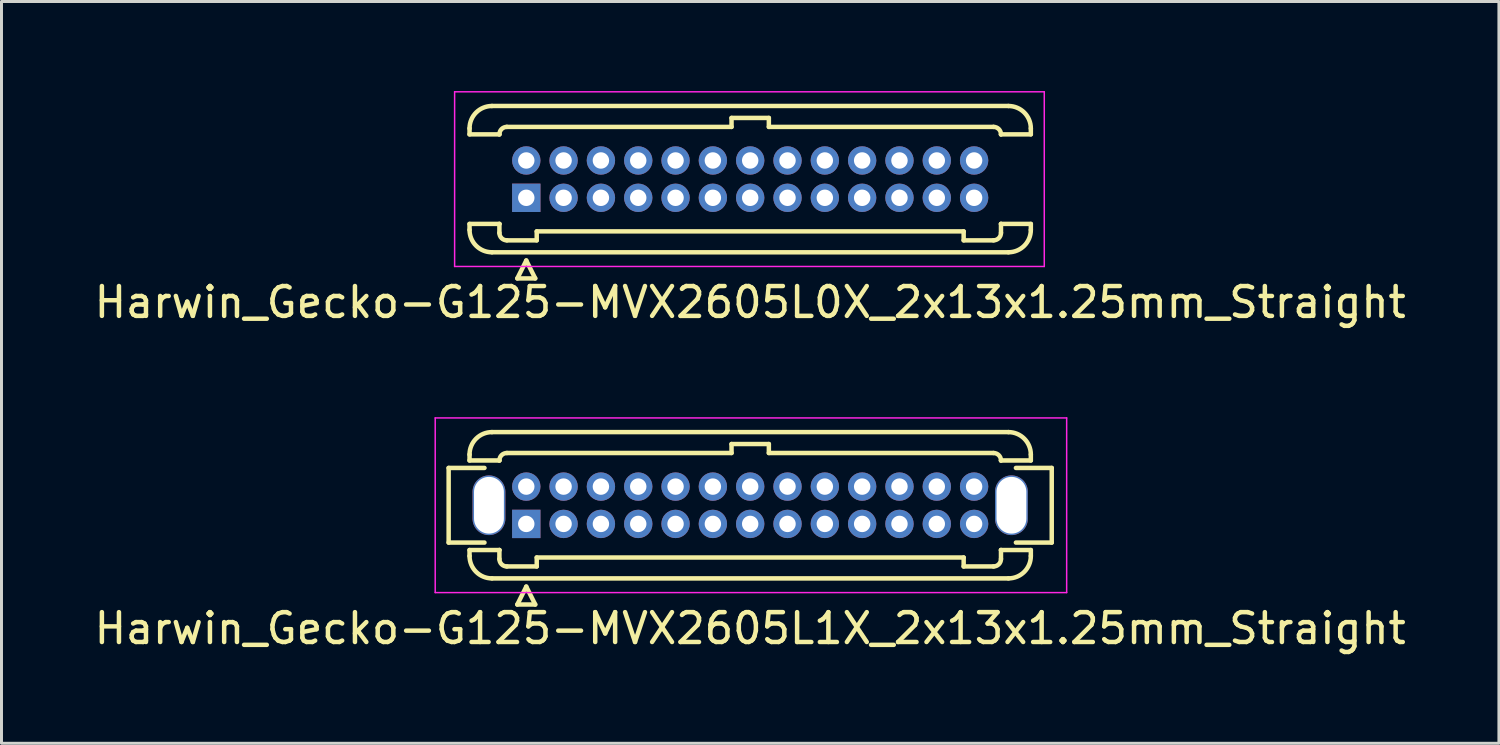
<source format=kicad_pcb>
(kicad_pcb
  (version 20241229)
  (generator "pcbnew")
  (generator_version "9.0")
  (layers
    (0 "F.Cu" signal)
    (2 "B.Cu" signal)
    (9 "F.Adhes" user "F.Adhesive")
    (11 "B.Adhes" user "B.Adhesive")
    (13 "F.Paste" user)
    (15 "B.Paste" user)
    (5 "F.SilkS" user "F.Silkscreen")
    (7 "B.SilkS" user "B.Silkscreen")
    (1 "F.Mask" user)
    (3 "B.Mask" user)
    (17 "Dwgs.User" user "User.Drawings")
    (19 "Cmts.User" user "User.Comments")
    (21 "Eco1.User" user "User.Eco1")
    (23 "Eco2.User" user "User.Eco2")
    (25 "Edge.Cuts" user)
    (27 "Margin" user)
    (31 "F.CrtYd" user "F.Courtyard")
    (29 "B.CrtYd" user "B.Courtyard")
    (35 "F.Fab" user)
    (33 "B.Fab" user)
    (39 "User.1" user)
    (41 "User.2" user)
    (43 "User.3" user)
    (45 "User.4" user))
  (footprint "Harwin_Gecko-G125-MVX2605L0X_2x13x1.25mm_Straight"
    (layer "F.Cu")
    (at 14.577 3.575)
    (property "Reference" "Harwin_Gecko-G125-MVX2605L0X_2x13x1.25mm_Straight" (at 7.5 3.5 0) (layer "F.SilkS") (effects (font (size 1 1) (thickness 0.15))))
    (attr through_hole)
    (fp_line (start -1.9 -2.325) (end -1.9 -2.125) (stroke (width 0.15) (type solid)) (layer "F.SilkS"))
    (fp_line (start -1.9 -2.125) (end -0.9 -2.125) (stroke (width 0.15) (type solid)) (layer "F.SilkS"))
    (fp_line (start -1.9 0.875) (end -0.9 0.875) (stroke (width 0.15) (type solid)) (layer "F.SilkS"))
    (fp_line (start -1.9 1.075) (end -1.9 0.875) (stroke (width 0.15) (type solid)) (layer "F.SilkS"))
    (fp_line (start -1.15 -3.075) (end 16.15 -3.075) (stroke (width 0.15) (type solid)) (layer "F.SilkS"))
    (fp_line (start -1.15 1.825) (end 16.15 1.825) (stroke (width 0.15) (type solid)) (layer "F.SilkS"))
    (fp_line (start -0.9 -2.125) (end -0.9 -2.125) (stroke (width 0.15) (type solid)) (layer "F.SilkS"))
    (fp_line (start -0.9 0.875) (end -0.9 0.875) (stroke (width 0.15) (type solid)) (layer "F.SilkS"))
    (fp_line (start -0.9 1.175) (end -0.9 0.875) (stroke (width 0.15) (type solid)) (layer "F.SilkS"))
    (fp_line (start -0.65 -2.375) (end 6.875 -2.375) (stroke (width 0.15) (type solid)) (layer "F.SilkS"))
    (fp_line (start -0.65 1.425) (end 0.35 1.425) (stroke (width 0.15) (type solid)) (layer "F.SilkS"))
    (fp_line (start -0.3 2.7) (end 0.3 2.7) (stroke (width 0.15) (type solid)) (layer "F.SilkS"))
    (fp_line (start 0 2.1) (end -0.3 2.7) (stroke (width 0.15) (type solid)) (layer "F.SilkS"))
    (fp_line (start 0.3 2.7) (end 0 2.1) (stroke (width 0.15) (type solid)) (layer "F.SilkS"))
    (fp_line (start 0.35 1.125) (end 14.65 1.125) (stroke (width 0.15) (type solid)) (layer "F.SilkS"))
    (fp_line (start 0.35 1.425) (end 0.35 1.125) (stroke (width 0.15) (type solid)) (layer "F.SilkS"))
    (fp_line (start 6.875 -2.675) (end 8.125 -2.675) (stroke (width 0.15) (type solid)) (layer "F.SilkS"))
    (fp_line (start 6.875 -2.375) (end 6.875 -2.675) (stroke (width 0.15) (type solid)) (layer "F.SilkS"))
    (fp_line (start 8.125 -2.675) (end 8.125 -2.375) (stroke (width 0.15) (type solid)) (layer "F.SilkS"))
    (fp_line (start 8.125 -2.375) (end 15.65 -2.375) (stroke (width 0.15) (type solid)) (layer "F.SilkS"))
    (fp_line (start 14.65 1.125) (end 14.65 1.425) (stroke (width 0.15) (type solid)) (layer "F.SilkS"))
    (fp_line (start 14.65 1.425) (end 15.65 1.425) (stroke (width 0.15) (type solid)) (layer "F.SilkS"))
    (fp_line (start 15.9 -2.125) (end 15.9 -2.125) (stroke (width 0.15) (type solid)) (layer "F.SilkS"))
    (fp_line (start 15.9 0.875) (end 15.9 0.875) (stroke (width 0.15) (type solid)) (layer "F.SilkS"))
    (fp_line (start 15.9 1.175) (end 15.9 0.875) (stroke (width 0.15) (type solid)) (layer "F.SilkS"))
    (fp_line (start 16.9 -2.325) (end 16.9 -2.125) (stroke (width 0.15) (type solid)) (layer "F.SilkS"))
    (fp_line (start 16.9 -2.125) (end 15.9 -2.125) (stroke (width 0.15) (type solid)) (layer "F.SilkS"))
    (fp_line (start 16.9 0.875) (end 15.9 0.875) (stroke (width 0.15) (type solid)) (layer "F.SilkS"))
    (fp_line (start 16.9 1.075) (end 16.9 0.875) (stroke (width 0.15) (type solid)) (layer "F.SilkS"))
    (fp_arc (start -1.9 -2.325) (mid -1.68033 -2.85533) (end -1.15 -3.075) (stroke (width 0.15) (type solid)) (layer "F.SilkS"))
    (fp_arc (start -1.15 1.825) (mid -1.68033 1.60533) (end -1.9 1.075) (stroke (width 0.15) (type solid)) (layer "F.SilkS"))
    (fp_arc (start -0.9 -2.125) (mid -0.826777 -2.301777) (end -0.65 -2.375) (stroke (width 0.15) (type solid)) (layer "F.SilkS"))
    (fp_arc (start -0.65 1.425) (mid -0.826777 1.351777) (end -0.9 1.175) (stroke (width 0.15) (type solid)) (layer "F.SilkS"))
    (fp_arc (start 15.65 -2.375) (mid 15.826777 -2.301777) (end 15.9 -2.125) (stroke (width 0.15) (type solid)) (layer "F.SilkS"))
    (fp_arc (start 15.9 1.175) (mid 15.826777 1.351777) (end 15.65 1.425) (stroke (width 0.15) (type solid)) (layer "F.SilkS"))
    (fp_arc (start 16.15 -3.075) (mid 16.68033 -2.85533) (end 16.9 -2.325) (stroke (width 0.15) (type solid)) (layer "F.SilkS"))
    (fp_arc (start 16.9 1.075) (mid 16.68033 1.60533) (end 16.15 1.825) (stroke (width 0.15) (type solid)) (layer "F.SilkS"))
    (fp_line (start -2.4 -3.55) (end -2.4 2.3) (stroke (width 0.05) (type solid)) (layer "F.CrtYd"))
    (fp_line (start -2.4 2.3) (end 17.35 2.3) (stroke (width 0.05) (type solid)) (layer "F.CrtYd"))
    (fp_line (start 17.35 -3.55) (end -2.4 -3.55) (stroke (width 0.05) (type solid)) (layer "F.CrtYd"))
    (fp_line (start 17.35 2.3) (end 17.35 -3.55) (stroke (width 0.05) (type solid)) (layer "F.CrtYd"))
    (pad "1" thru_hole rect (at 0 0) (size 0.95 0.95) (drill 0.55) (layers "*.Cu" "*.Mask"))
    (pad "2" thru_hole circle (at 0 -1.25) (size 0.95 0.95) (drill 0.55) (layers "*.Cu" "*.Mask"))
    (pad "3" thru_hole circle (at 1.25 0) (size 0.95 0.95) (drill 0.55) (layers "*.Cu" "*.Mask"))
    (pad "4" thru_hole circle (at 1.25 -1.25) (size 0.95 0.95) (drill 0.55) (layers "*.Cu" "*.Mask"))
    (pad "5" thru_hole circle (at 2.5 0) (size 0.95 0.95) (drill 0.55) (layers "*.Cu" "*.Mask"))
    (pad "6" thru_hole circle (at 2.5 -1.25) (size 0.95 0.95) (drill 0.55) (layers "*.Cu" "*.Mask"))
    (pad "7" thru_hole circle (at 3.75 0) (size 0.95 0.95) (drill 0.55) (layers "*.Cu" "*.Mask"))
    (pad "8" thru_hole circle (at 3.75 -1.25) (size 0.95 0.95) (drill 0.55) (layers "*.Cu" "*.Mask"))
    (pad "9" thru_hole circle (at 5 0) (size 0.95 0.95) (drill 0.55) (layers "*.Cu" "*.Mask"))
    (pad "10" thru_hole circle (at 5 -1.25) (size 0.95 0.95) (drill 0.55) (layers "*.Cu" "*.Mask"))
    (pad "11" thru_hole circle (at 6.25 0) (size 0.95 0.95) (drill 0.55) (layers "*.Cu" "*.Mask"))
    (pad "12" thru_hole circle (at 6.25 -1.25) (size 0.95 0.95) (drill 0.55) (layers "*.Cu" "*.Mask"))
    (pad "13" thru_hole circle (at 7.5 0) (size 0.95 0.95) (drill 0.55) (layers "*.Cu" "*.Mask"))
    (pad "14" thru_hole circle (at 7.5 -1.25) (size 0.95 0.95) (drill 0.55) (layers "*.Cu" "*.Mask"))
    (pad "15" thru_hole circle (at 8.75 0) (size 0.95 0.95) (drill 0.55) (layers "*.Cu" "*.Mask"))
    (pad "16" thru_hole circle (at 8.75 -1.25) (size 0.95 0.95) (drill 0.55) (layers "*.Cu" "*.Mask"))
    (pad "17" thru_hole circle (at 10 0) (size 0.95 0.95) (drill 0.55) (layers "*.Cu" "*.Mask"))
    (pad "18" thru_hole circle (at 10 -1.25) (size 0.95 0.95) (drill 0.55) (layers "*.Cu" "*.Mask"))
    (pad "19" thru_hole circle (at 11.25 0) (size 0.95 0.95) (drill 0.55) (layers "*.Cu" "*.Mask"))
    (pad "20" thru_hole circle (at 11.25 -1.25) (size 0.95 0.95) (drill 0.55) (layers "*.Cu" "*.Mask"))
    (pad "21" thru_hole circle (at 12.5 0) (size 0.95 0.95) (drill 0.55) (layers "*.Cu" "*.Mask"))
    (pad "22" thru_hole circle (at 12.5 -1.25) (size 0.95 0.95) (drill 0.55) (layers "*.Cu" "*.Mask"))
    (pad "23" thru_hole circle (at 13.75 0) (size 0.95 0.95) (drill 0.55) (layers "*.Cu" "*.Mask"))
    (pad "24" thru_hole circle (at 13.75 -1.25) (size 0.95 0.95) (drill 0.55) (layers "*.Cu" "*.Mask"))
    (pad "25" thru_hole circle (at 15 0) (size 0.95 0.95) (drill 0.55) (layers "*.Cu" "*.Mask"))
    (pad "26" thru_hole circle (at 15 -1.25) (size 0.95 0.95) (drill 0.55) (layers "*.Cu" "*.Mask")))
  (footprint "Harwin_Gecko-G125-MVX2605L1X_2x13x1.25mm_Straight"
    (layer "F.Cu")
    (at 14.577 14.498)
    (property "Reference" "Harwin_Gecko-G125-MVX2605L1X_2x13x1.25mm_Straight" (at 7.5 3.5 0) (layer "F.SilkS") (effects (font (size 1 1) (thickness 0.15))))
    (attr through_hole)
    (fp_line (start -2.6 -1.875) (end -2.6 0.625) (stroke (width 0.15) (type solid)) (layer "F.SilkS"))
    (fp_line (start -2.6 0.625) (end -1.4 0.625) (stroke (width 0.15) (type solid)) (layer "F.SilkS"))
    (fp_line (start -1.9 -2.325) (end -1.9 -2.125) (stroke (width 0.15) (type solid)) (layer "F.SilkS"))
    (fp_line (start -1.9 -2.125) (end -0.9 -2.125) (stroke (width 0.15) (type solid)) (layer "F.SilkS"))
    (fp_line (start -1.9 0.875) (end -0.9 0.875) (stroke (width 0.15) (type solid)) (layer "F.SilkS"))
    (fp_line (start -1.9 1.075) (end -1.9 0.875) (stroke (width 0.15) (type solid)) (layer "F.SilkS"))
    (fp_line (start -1.4 -1.875) (end -2.6 -1.875) (stroke (width 0.15) (type solid)) (layer "F.SilkS"))
    (fp_line (start -1.15 -3.075) (end 16.15 -3.075) (stroke (width 0.15) (type solid)) (layer "F.SilkS"))
    (fp_line (start -1.15 1.825) (end 16.15 1.825) (stroke (width 0.15) (type solid)) (layer "F.SilkS"))
    (fp_line (start -0.9 -2.125) (end -0.9 -2.125) (stroke (width 0.15) (type solid)) (layer "F.SilkS"))
    (fp_line (start -0.9 0.875) (end -0.9 0.875) (stroke (width 0.15) (type solid)) (layer "F.SilkS"))
    (fp_line (start -0.9 1.175) (end -0.9 0.875) (stroke (width 0.15) (type solid)) (layer "F.SilkS"))
    (fp_line (start -0.65 -2.375) (end 6.875 -2.375) (stroke (width 0.15) (type solid)) (layer "F.SilkS"))
    (fp_line (start -0.65 1.425) (end 0.35 1.425) (stroke (width 0.15) (type solid)) (layer "F.SilkS"))
    (fp_line (start -0.3 2.7) (end 0.3 2.7) (stroke (width 0.15) (type solid)) (layer "F.SilkS"))
    (fp_line (start 0 2.1) (end -0.3 2.7) (stroke (width 0.15) (type solid)) (layer "F.SilkS"))
    (fp_line (start 0.3 2.7) (end 0 2.1) (stroke (width 0.15) (type solid)) (layer "F.SilkS"))
    (fp_line (start 0.35 1.125) (end 14.65 1.125) (stroke (width 0.15) (type solid)) (layer "F.SilkS"))
    (fp_line (start 0.35 1.425) (end 0.35 1.125) (stroke (width 0.15) (type solid)) (layer "F.SilkS"))
    (fp_line (start 6.875 -2.675) (end 8.125 -2.675) (stroke (width 0.15) (type solid)) (layer "F.SilkS"))
    (fp_line (start 6.875 -2.375) (end 6.875 -2.675) (stroke (width 0.15) (type solid)) (layer "F.SilkS"))
    (fp_line (start 8.125 -2.675) (end 8.125 -2.375) (stroke (width 0.15) (type solid)) (layer "F.SilkS"))
    (fp_line (start 8.125 -2.375) (end 15.65 -2.375) (stroke (width 0.15) (type solid)) (layer "F.SilkS"))
    (fp_line (start 14.65 1.125) (end 14.65 1.425) (stroke (width 0.15) (type solid)) (layer "F.SilkS"))
    (fp_line (start 14.65 1.425) (end 15.65 1.425) (stroke (width 0.15) (type solid)) (layer "F.SilkS"))
    (fp_line (start 15.9 -2.125) (end 15.9 -2.125) (stroke (width 0.15) (type solid)) (layer "F.SilkS"))
    (fp_line (start 15.9 0.875) (end 15.9 0.875) (stroke (width 0.15) (type solid)) (layer "F.SilkS"))
    (fp_line (start 15.9 1.175) (end 15.9 0.875) (stroke (width 0.15) (type solid)) (layer "F.SilkS"))
    (fp_line (start 16.4 -1.875) (end 17.6 -1.875) (stroke (width 0.15) (type solid)) (layer "F.SilkS"))
    (fp_line (start 16.9 -2.325) (end 16.9 -2.125) (stroke (width 0.15) (type solid)) (layer "F.SilkS"))
    (fp_line (start 16.9 -2.125) (end 15.9 -2.125) (stroke (width 0.15) (type solid)) (layer "F.SilkS"))
    (fp_line (start 16.9 0.875) (end 15.9 0.875) (stroke (width 0.15) (type solid)) (layer "F.SilkS"))
    (fp_line (start 16.9 1.075) (end 16.9 0.875) (stroke (width 0.15) (type solid)) (layer "F.SilkS"))
    (fp_line (start 17.6 -1.875) (end 17.6 0.625) (stroke (width 0.15) (type solid)) (layer "F.SilkS"))
    (fp_line (start 17.6 0.625) (end 16.4 0.625) (stroke (width 0.15) (type solid)) (layer "F.SilkS"))
    (fp_arc (start -1.9 -2.325) (mid -1.68033 -2.85533) (end -1.15 -3.075) (stroke (width 0.15) (type solid)) (layer "F.SilkS"))
    (fp_arc (start -1.15 1.825) (mid -1.68033 1.60533) (end -1.9 1.075) (stroke (width 0.15) (type solid)) (layer "F.SilkS"))
    (fp_arc (start -0.9 -2.125) (mid -0.826777 -2.301777) (end -0.65 -2.375) (stroke (width 0.15) (type solid)) (layer "F.SilkS"))
    (fp_arc (start -0.65 1.425) (mid -0.826777 1.351777) (end -0.9 1.175) (stroke (width 0.15) (type solid)) (layer "F.SilkS"))
    (fp_arc (start 15.65 -2.375) (mid 15.826777 -2.301777) (end 15.9 -2.125) (stroke (width 0.15) (type solid)) (layer "F.SilkS"))
    (fp_arc (start 15.9 1.175) (mid 15.826777 1.351777) (end 15.65 1.425) (stroke (width 0.15) (type solid)) (layer "F.SilkS"))
    (fp_arc (start 16.15 -3.075) (mid 16.68033 -2.85533) (end 16.9 -2.325) (stroke (width 0.15) (type solid)) (layer "F.SilkS"))
    (fp_arc (start 16.9 1.075) (mid 16.68033 1.60533) (end 16.15 1.825) (stroke (width 0.15) (type solid)) (layer "F.SilkS"))
    (fp_line (start -3.05 -3.55) (end -3.05 2.3) (stroke (width 0.05) (type solid)) (layer "F.CrtYd"))
    (fp_line (start -3.05 2.3) (end 18.1 2.3) (stroke (width 0.05) (type solid)) (layer "F.CrtYd"))
    (fp_line (start 18.1 -3.55) (end -3.05 -3.55) (stroke (width 0.05) (type solid)) (layer "F.CrtYd"))
    (fp_line (start 18.1 2.3) (end 18.1 -3.55) (stroke (width 0.05) (type solid)) (layer "F.CrtYd"))
    (pad "" np_thru_hole oval (at -1.25 -0.625) (size 1.1 2) (drill oval 1 1.9) (layers "*.Cu" "*.Mask"))
    (pad "" np_thru_hole oval (at 16.25 -0.625) (size 1.1 2) (drill oval 1 1.9) (layers "*.Cu" "*.Mask"))
    (pad "1" thru_hole rect (at 0 0) (size 0.95 0.95) (drill 0.55) (layers "*.Cu" "*.Mask"))
    (pad "2" thru_hole circle (at 0 -1.25) (size 0.95 0.95) (drill 0.55) (layers "*.Cu" "*.Mask"))
    (pad "3" thru_hole circle (at 1.25 0) (size 0.95 0.95) (drill 0.55) (layers "*.Cu" "*.Mask"))
    (pad "4" thru_hole circle (at 1.25 -1.25) (size 0.95 0.95) (drill 0.55) (layers "*.Cu" "*.Mask"))
    (pad "5" thru_hole circle (at 2.5 0) (size 0.95 0.95) (drill 0.55) (layers "*.Cu" "*.Mask"))
    (pad "6" thru_hole circle (at 2.5 -1.25) (size 0.95 0.95) (drill 0.55) (layers "*.Cu" "*.Mask"))
    (pad "7" thru_hole circle (at 3.75 0) (size 0.95 0.95) (drill 0.55) (layers "*.Cu" "*.Mask"))
    (pad "8" thru_hole circle (at 3.75 -1.25) (size 0.95 0.95) (drill 0.55) (layers "*.Cu" "*.Mask"))
    (pad "9" thru_hole circle (at 5 0) (size 0.95 0.95) (drill 0.55) (layers "*.Cu" "*.Mask"))
    (pad "10" thru_hole circle (at 5 -1.25) (size 0.95 0.95) (drill 0.55) (layers "*.Cu" "*.Mask"))
    (pad "11" thru_hole circle (at 6.25 0) (size 0.95 0.95) (drill 0.55) (layers "*.Cu" "*.Mask"))
    (pad "12" thru_hole circle (at 6.25 -1.25) (size 0.95 0.95) (drill 0.55) (layers "*.Cu" "*.Mask"))
    (pad "13" thru_hole circle (at 7.5 0) (size 0.95 0.95) (drill 0.55) (layers "*.Cu" "*.Mask"))
    (pad "14" thru_hole circle (at 7.5 -1.25) (size 0.95 0.95) (drill 0.55) (layers "*.Cu" "*.Mask"))
    (pad "15" thru_hole circle (at 8.75 0) (size 0.95 0.95) (drill 0.55) (layers "*.Cu" "*.Mask"))
    (pad "16" thru_hole circle (at 8.75 -1.25) (size 0.95 0.95) (drill 0.55) (layers "*.Cu" "*.Mask"))
    (pad "17" thru_hole circle (at 10 0) (size 0.95 0.95) (drill 0.55) (layers "*.Cu" "*.Mask"))
    (pad "18" thru_hole circle (at 10 -1.25) (size 0.95 0.95) (drill 0.55) (layers "*.Cu" "*.Mask"))
    (pad "19" thru_hole circle (at 11.25 0) (size 0.95 0.95) (drill 0.55) (layers "*.Cu" "*.Mask"))
    (pad "20" thru_hole circle (at 11.25 -1.25) (size 0.95 0.95) (drill 0.55) (layers "*.Cu" "*.Mask"))
    (pad "21" thru_hole circle (at 12.5 0) (size 0.95 0.95) (drill 0.55) (layers "*.Cu" "*.Mask"))
    (pad "22" thru_hole circle (at 12.5 -1.25) (size 0.95 0.95) (drill 0.55) (layers "*.Cu" "*.Mask"))
    (pad "23" thru_hole circle (at 13.75 0) (size 0.95 0.95) (drill 0.55) (layers "*.Cu" "*.Mask"))
    (pad "24" thru_hole circle (at 13.75 -1.25) (size 0.95 0.95) (drill 0.55) (layers "*.Cu" "*.Mask"))
    (pad "25" thru_hole circle (at 15 0) (size 0.95 0.95) (drill 0.55) (layers "*.Cu" "*.Mask"))
    (pad "26" thru_hole circle (at 15 -1.25) (size 0.95 0.95) (drill 0.55) (layers "*.Cu" "*.Mask")))
  (gr_rect
    (start -3 -3)
    (end 47.155 21.846)
    (stroke (width 0.1) (type default))
    (fill no)
    (layer "Edge.Cuts")))
</source>
